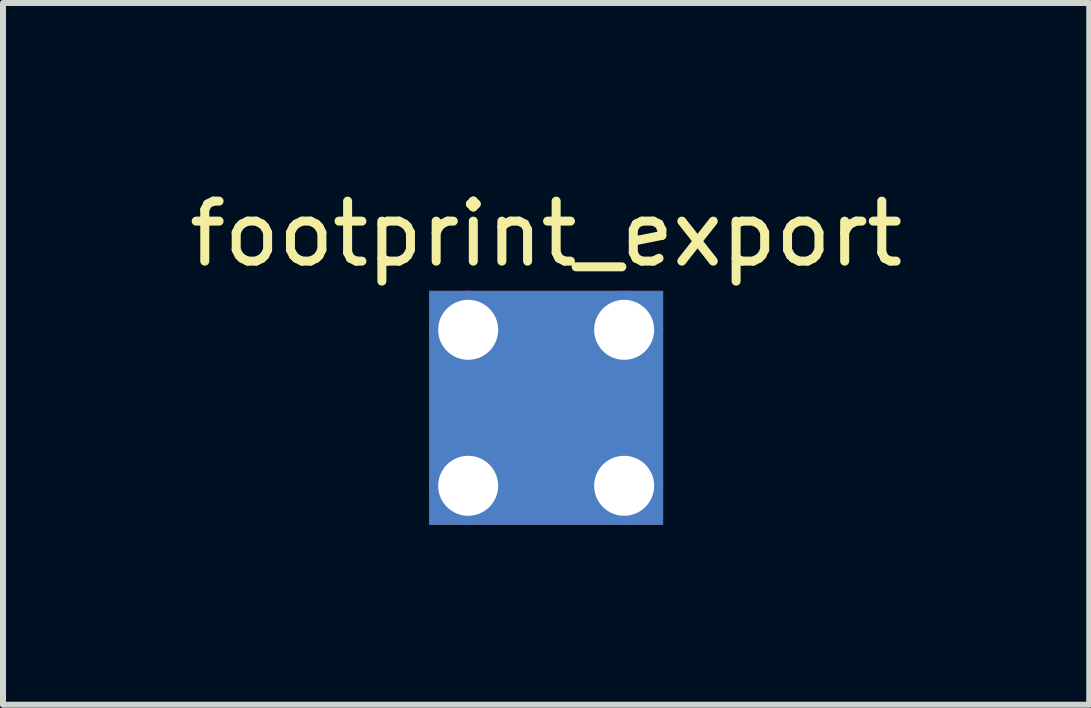
<source format=kicad_pcb>
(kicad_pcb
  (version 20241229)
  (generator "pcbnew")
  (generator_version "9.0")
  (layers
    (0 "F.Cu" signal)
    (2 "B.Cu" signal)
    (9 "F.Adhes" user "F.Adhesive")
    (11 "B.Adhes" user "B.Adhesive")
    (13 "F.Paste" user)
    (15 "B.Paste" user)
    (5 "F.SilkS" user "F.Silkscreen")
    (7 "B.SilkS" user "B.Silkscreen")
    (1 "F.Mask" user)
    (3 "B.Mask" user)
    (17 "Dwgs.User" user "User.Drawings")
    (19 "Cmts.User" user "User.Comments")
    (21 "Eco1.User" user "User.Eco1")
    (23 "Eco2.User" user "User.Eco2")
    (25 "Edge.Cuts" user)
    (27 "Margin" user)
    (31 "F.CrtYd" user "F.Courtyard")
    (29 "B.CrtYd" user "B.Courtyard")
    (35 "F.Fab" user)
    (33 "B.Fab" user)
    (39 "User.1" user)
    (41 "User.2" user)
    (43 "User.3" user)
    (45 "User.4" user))
  (footprint "footprint_export"
    (layer "F.Cu")
    (at 4.754 2.448)
    (property "Reference" "footprint_export" (at 1.3 -1.6 0) (layer "F.SilkS") (effects (font (size 1 1) (thickness 0.15))))
    (attr exclude_from_pos_files exclude_from_bom allow_missing_courtyard)
    (fp_poly (pts (xy -0.65 -0.65) (xy 3.25 -0.65) (xy 3.25 3.25) (xy -0.65 3.25)) (stroke (width 0) (type solid)) (fill yes) (layer "F.Cu"))
    (fp_poly (pts (xy -0.65 -0.65) (xy 3.25 -0.65) (xy 3.25 3.25) (xy -0.65 3.25)) (stroke (width 0) (type solid)) (fill yes) (layer "B.Cu"))
    (pad "1" thru_hole circle (at 0 0) (size 1.3 1.3) (drill 1) (layers "*.Cu"))
    (pad "2" thru_hole circle (at 2.6 0) (size 1.3 1.3) (drill 1) (layers "*.Cu"))
    (pad "3" thru_hole circle (at 0 2.6) (size 1.3 1.3) (drill 1) (layers "*.Cu"))
    (pad "4" thru_hole circle (at 2.6 2.6) (size 1.3 1.3) (drill 1) (layers "*.Cu")))
  (gr_rect
    (start -3 -3)
    (end 15.107 8.698)
    (stroke (width 0.1) (type default))
    (fill no)
    (layer "Edge.Cuts")))
</source>
